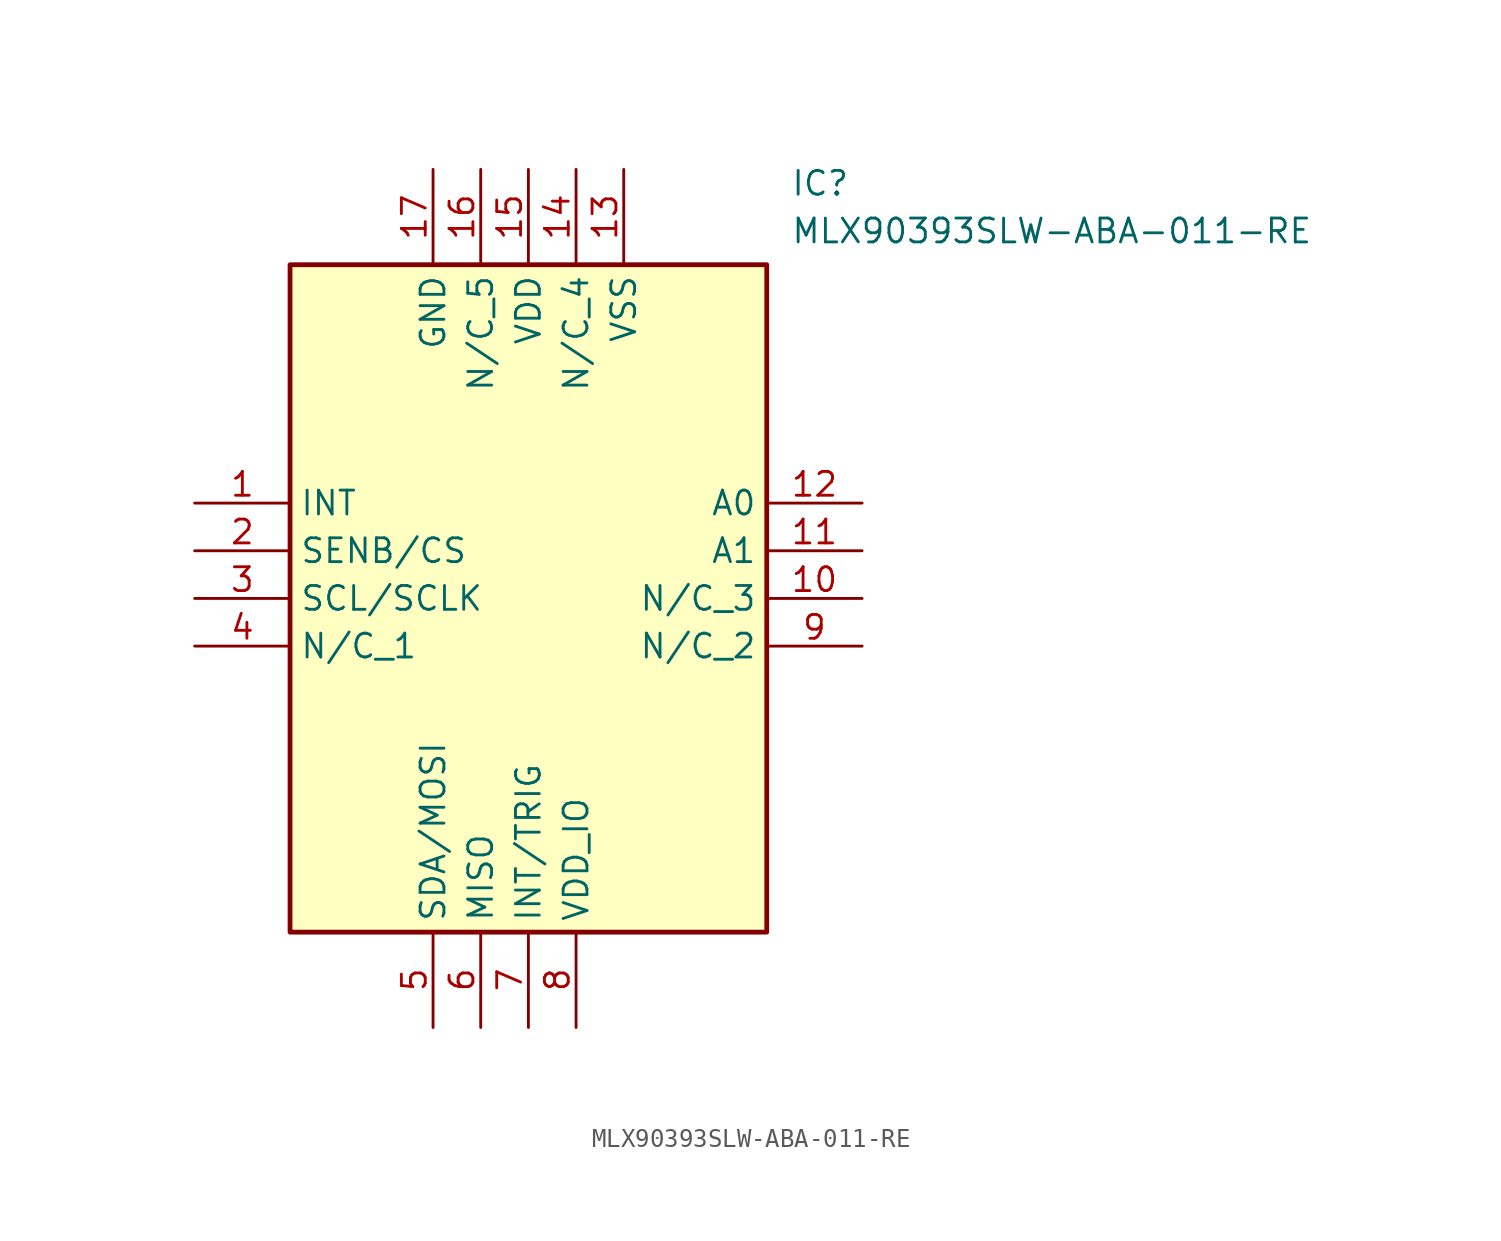
<source format=kicad_sym>
(kicad_symbol_lib
  (version 20211014)
  (generator SamacSys_ECAD_Model)
  (symbol "MLX90393SLW-ABA-011-RE"
    (property "Reference" "IC"
      (at 31.75 17.78 0)
      (effects (font (size 1.27 1.27)) (justify left top)))
    (property "Value" "MLX90393SLW-ABA-011-RE"
      (at 31.75 15.24 0)
      (effects (font (size 1.27 1.27)) (justify left top)))
    (rectangle
      (start 5.08 12.7)
      (end 30.48 -22.86)
      (stroke (width 0.254) (type default))
      (fill (type background)))
    (pin passive line
      (at 0 0 0)
      (length 5.08)
      (name "INT" (effects (font (size 1.27 1.27))))
      (number "1" (effects (font (size 1.27 1.27)))))
    (pin passive line
      (at 0 -2.54 0)
      (length 5.08)
      (name "SENB/CS" (effects (font (size 1.27 1.27))))
      (number "2" (effects (font (size 1.27 1.27)))))
    (pin passive line
      (at 0 -5.08 0)
      (length 5.08)
      (name "SCL/SCLK" (effects (font (size 1.27 1.27))))
      (number "3" (effects (font (size 1.27 1.27)))))
    (pin passive line
      (at 0 -7.62 0)
      (length 5.08)
      (name "N/C_1" (effects (font (size 1.27 1.27))))
      (number "4" (effects (font (size 1.27 1.27)))))
    (pin passive line
      (at 12.7 -27.94 90)
      (length 5.08)
      (name "SDA/MOSI" (effects (font (size 1.27 1.27))))
      (number "5" (effects (font (size 1.27 1.27)))))
    (pin passive line
      (at 15.24 -27.94 90)
      (length 5.08)
      (name "MISO" (effects (font (size 1.27 1.27))))
      (number "6" (effects (font (size 1.27 1.27)))))
    (pin passive line
      (at 17.78 -27.94 90)
      (length 5.08)
      (name "INT/TRIG" (effects (font (size 1.27 1.27))))
      (number "7" (effects (font (size 1.27 1.27)))))
    (pin passive line
      (at 20.32 -27.94 90)
      (length 5.08)
      (name "VDD_IO" (effects (font (size 1.27 1.27))))
      (number "8" (effects (font (size 1.27 1.27)))))
    (pin passive line
      (at 35.56 0 180)
      (length 5.08)
      (name "A0" (effects (font (size 1.27 1.27))))
      (number "12" (effects (font (size 1.27 1.27)))))
    (pin passive line
      (at 35.56 -2.54 180)
      (length 5.08)
      (name "A1" (effects (font (size 1.27 1.27))))
      (number "11" (effects (font (size 1.27 1.27)))))
    (pin passive line
      (at 35.56 -5.08 180)
      (length 5.08)
      (name "N/C_3" (effects (font (size 1.27 1.27))))
      (number "10" (effects (font (size 1.27 1.27)))))
    (pin passive line
      (at 35.56 -7.62 180)
      (length 5.08)
      (name "N/C_2" (effects (font (size 1.27 1.27))))
      (number "9" (effects (font (size 1.27 1.27)))))
    (pin passive line
      (at 12.7 17.78 270)
      (length 5.08)
      (name "GND" (effects (font (size 1.27 1.27))))
      (number "17" (effects (font (size 1.27 1.27)))))
    (pin passive line
      (at 15.24 17.78 270)
      (length 5.08)
      (name "N/C_5" (effects (font (size 1.27 1.27))))
      (number "16" (effects (font (size 1.27 1.27)))))
    (pin passive line
      (at 17.78 17.78 270)
      (length 5.08)
      (name "VDD" (effects (font (size 1.27 1.27))))
      (number "15" (effects (font (size 1.27 1.27)))))
    (pin passive line
      (at 20.32 17.78 270)
      (length 5.08)
      (name "N/C_4" (effects (font (size 1.27 1.27))))
      (number "14" (effects (font (size 1.27 1.27)))))
    (pin passive line
      (at 22.86 17.78 270)
      (length 5.08)
      (name "VSS" (effects (font (size 1.27 1.27))))
      (number "13" (effects (font (size 1.27 1.27)))))))
</source>
